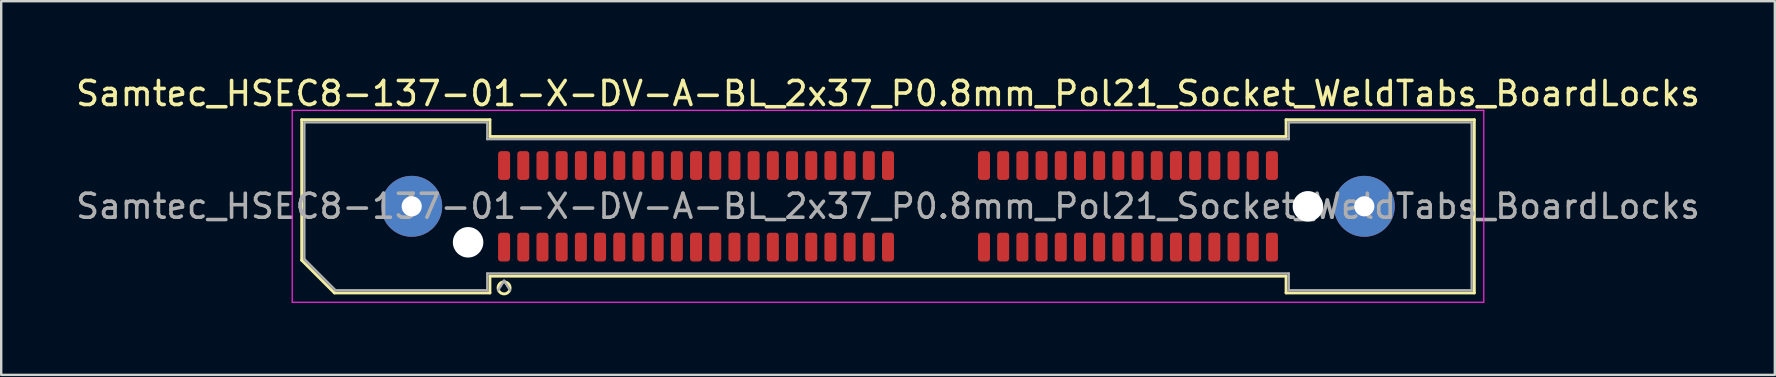
<source format=kicad_pcb>
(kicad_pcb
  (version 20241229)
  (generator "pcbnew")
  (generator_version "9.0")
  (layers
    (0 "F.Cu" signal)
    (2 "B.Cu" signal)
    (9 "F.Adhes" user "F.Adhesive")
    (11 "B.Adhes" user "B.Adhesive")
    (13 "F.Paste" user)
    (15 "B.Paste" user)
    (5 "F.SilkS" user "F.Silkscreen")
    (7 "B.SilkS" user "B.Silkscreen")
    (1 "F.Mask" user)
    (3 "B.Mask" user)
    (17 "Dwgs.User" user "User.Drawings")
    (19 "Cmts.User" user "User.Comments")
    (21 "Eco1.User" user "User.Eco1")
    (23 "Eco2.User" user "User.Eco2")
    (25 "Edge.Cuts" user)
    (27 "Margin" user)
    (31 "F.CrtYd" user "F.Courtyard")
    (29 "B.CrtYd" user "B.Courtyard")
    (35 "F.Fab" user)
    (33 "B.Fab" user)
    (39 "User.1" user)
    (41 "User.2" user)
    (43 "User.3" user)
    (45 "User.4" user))
  (footprint "Samtec_HSEC8-137-01-X-DV-A-BL_2x37_P0.8mm_Pol21_Socket_WeldTabs_BoardLocks"
    (layer "F.Cu")
    (at 33.958 5.548)
    (property "Reference" "Samtec_HSEC8-137-01-X-DV-A-BL_2x37_P0.8mm_Pol21_Socket_WeldTabs_BoardLocks" (at 0 -4.7 0) (layer "F.SilkS") (effects (font (size 1 1) (thickness 0.15))))
    (attr smd)
    (fp_line (start -24.435 -3.61) (end -16.59 -3.61) (stroke (width 0.12) (type solid)) (layer "F.SilkS"))
    (fp_line (start -24.435 2.246) (end -24.435 -3.61) (stroke (width 0.12) (type solid)) (layer "F.SilkS"))
    (fp_line (start -23.071 3.61) (end -24.435 2.246) (stroke (width 0.12) (type solid)) (layer "F.SilkS"))
    (fp_line (start -16.59 -3.61) (end -16.59 -2.91) (stroke (width 0.12) (type solid)) (layer "F.SilkS"))
    (fp_line (start -16.59 -2.91) (end 16.59 -2.91) (stroke (width 0.12) (type solid)) (layer "F.SilkS"))
    (fp_line (start -16.59 2.91) (end -16.59 3.61) (stroke (width 0.12) (type solid)) (layer "F.SilkS"))
    (fp_line (start -16.59 3.61) (end -23.071 3.61) (stroke (width 0.12) (type solid)) (layer "F.SilkS"))
    (fp_line (start 16.59 -3.61) (end 24.435 -3.61) (stroke (width 0.12) (type solid)) (layer "F.SilkS"))
    (fp_line (start 16.59 -2.91) (end 16.59 -3.61) (stroke (width 0.12) (type solid)) (layer "F.SilkS"))
    (fp_line (start 16.59 2.91) (end -16.59 2.91) (stroke (width 0.12) (type solid)) (layer "F.SilkS"))
    (fp_line (start 16.59 3.61) (end 16.59 2.91) (stroke (width 0.12) (type solid)) (layer "F.SilkS"))
    (fp_line (start 24.435 -3.61) (end 24.435 3.61) (stroke (width 0.12) (type solid)) (layer "F.SilkS"))
    (fp_line (start 24.435 3.61) (end 16.59 3.61) (stroke (width 0.12) (type solid)) (layer "F.SilkS"))
    (fp_circle (center -16 3.4) (end -15.75 3.4) (stroke (width 0.12) (type solid)) (fill no) (layer "F.SilkS"))
    (fp_line (start -24.83 -4) (end -24.83 4) (stroke (width 0.05) (type solid)) (layer "F.CrtYd"))
    (fp_line (start -24.83 4) (end 24.83 4) (stroke (width 0.05) (type solid)) (layer "F.CrtYd"))
    (fp_line (start 24.83 -4) (end -24.83 -4) (stroke (width 0.05) (type solid)) (layer "F.CrtYd"))
    (fp_line (start 24.83 4) (end 24.83 -4) (stroke (width 0.05) (type solid)) (layer "F.CrtYd"))
    (fp_line (start -24.325 -3.5) (end -16.7 -3.5) (stroke (width 0.1) (type solid)) (layer "F.Fab"))
    (fp_line (start -24.325 2.2) (end -24.325 -3.5) (stroke (width 0.1) (type solid)) (layer "F.Fab"))
    (fp_line (start -23.025 3.5) (end -24.325 2.2) (stroke (width 0.1) (type solid)) (layer "F.Fab"))
    (fp_line (start -16.7 -3.5) (end -16.7 -2.8) (stroke (width 0.1) (type solid)) (layer "F.Fab"))
    (fp_line (start -16.7 -2.8) (end 16.7 -2.8) (stroke (width 0.1) (type solid)) (layer "F.Fab"))
    (fp_line (start -16.7 2.8) (end -16.7 3.5) (stroke (width 0.1) (type solid)) (layer "F.Fab"))
    (fp_line (start -16.7 3.5) (end -23.025 3.5) (stroke (width 0.1) (type solid)) (layer "F.Fab"))
    (fp_line (start -16 3.1) (end -16.25 3.5) (stroke (width 0.1) (type solid)) (layer "F.Fab"))
    (fp_line (start -16 3.1) (end -15.75 3.5) (stroke (width 0.1) (type solid)) (layer "F.Fab"))
    (fp_line (start 16.7 -3.5) (end 24.325 -3.5) (stroke (width 0.1) (type solid)) (layer "F.Fab"))
    (fp_line (start 16.7 -2.8) (end 16.7 -3.5) (stroke (width 0.1) (type solid)) (layer "F.Fab"))
    (fp_line (start 16.7 2.8) (end -16.7 2.8) (stroke (width 0.1) (type solid)) (layer "F.Fab"))
    (fp_line (start 16.7 3.5) (end 16.7 2.8) (stroke (width 0.1) (type solid)) (layer "F.Fab"))
    (fp_line (start 24.325 -3.5) (end 24.325 3.5) (stroke (width 0.1) (type solid)) (layer "F.Fab"))
    (fp_line (start 24.325 3.5) (end 16.7 3.5) (stroke (width 0.1) (type solid)) (layer "F.Fab"))
    (fp_text user "${REFERENCE}" (at 0 0 0) (layer "F.Fab") (effects (font (size 1 1) (thickness 0.15))))
    (pad "" thru_hole circle (at -19.85 0) (size 2.54 2.54) (drill 0.84) (layers "*.Cu" "*.Mask" "F.Paste"))
    (pad "" np_thru_hole circle (at -17.5 1.5) (size 1.27 1.27) (drill 1.27) (layers "*.Cu" "*.Mask"))
    (pad "" np_thru_hole circle (at 17.5 0) (size 1.27 1.27) (drill 1.27) (layers "*.Cu" "*.Mask"))
    (pad "" thru_hole circle (at 19.85 0) (size 2.54 2.54) (drill 0.84) (layers "*.Cu" "*.Mask" "F.Paste"))
    (pad "1" smd roundrect (at -16 1.7) (size 0.5 1.2) (layers "F.Cu" "F.Mask" "F.Paste") (roundrect_rratio 0.25))
    (pad "2" smd roundrect (at -16 -1.7) (size 0.5 1.2) (layers "F.Cu" "F.Mask" "F.Paste") (roundrect_rratio 0.25))
    (pad "3" smd roundrect (at -15.2 1.7) (size 0.5 1.2) (layers "F.Cu" "F.Mask" "F.Paste") (roundrect_rratio 0.25))
    (pad "4" smd roundrect (at -15.2 -1.7) (size 0.5 1.2) (layers "F.Cu" "F.Mask" "F.Paste") (roundrect_rratio 0.25))
    (pad "5" smd roundrect (at -14.4 1.7) (size 0.5 1.2) (layers "F.Cu" "F.Mask" "F.Paste") (roundrect_rratio 0.25))
    (pad "6" smd roundrect (at -14.4 -1.7) (size 0.5 1.2) (layers "F.Cu" "F.Mask" "F.Paste") (roundrect_rratio 0.25))
    (pad "7" smd roundrect (at -13.6 1.7) (size 0.5 1.2) (layers "F.Cu" "F.Mask" "F.Paste") (roundrect_rratio 0.25))
    (pad "8" smd roundrect (at -13.6 -1.7) (size 0.5 1.2) (layers "F.Cu" "F.Mask" "F.Paste") (roundrect_rratio 0.25))
    (pad "9" smd roundrect (at -12.8 1.7) (size 0.5 1.2) (layers "F.Cu" "F.Mask" "F.Paste") (roundrect_rratio 0.25))
    (pad "10" smd roundrect (at -12.8 -1.7) (size 0.5 1.2) (layers "F.Cu" "F.Mask" "F.Paste") (roundrect_rratio 0.25))
    (pad "11" smd roundrect (at -12 1.7) (size 0.5 1.2) (layers "F.Cu" "F.Mask" "F.Paste") (roundrect_rratio 0.25))
    (pad "12" smd roundrect (at -12 -1.7) (size 0.5 1.2) (layers "F.Cu" "F.Mask" "F.Paste") (roundrect_rratio 0.25))
    (pad "13" smd roundrect (at -11.2 1.7) (size 0.5 1.2) (layers "F.Cu" "F.Mask" "F.Paste") (roundrect_rratio 0.25))
    (pad "14" smd roundrect (at -11.2 -1.7) (size 0.5 1.2) (layers "F.Cu" "F.Mask" "F.Paste") (roundrect_rratio 0.25))
    (pad "15" smd roundrect (at -10.4 1.7) (size 0.5 1.2) (layers "F.Cu" "F.Mask" "F.Paste") (roundrect_rratio 0.25))
    (pad "16" smd roundrect (at -10.4 -1.7) (size 0.5 1.2) (layers "F.Cu" "F.Mask" "F.Paste") (roundrect_rratio 0.25))
    (pad "17" smd roundrect (at -9.6 1.7) (size 0.5 1.2) (layers "F.Cu" "F.Mask" "F.Paste") (roundrect_rratio 0.25))
    (pad "18" smd roundrect (at -9.6 -1.7) (size 0.5 1.2) (layers "F.Cu" "F.Mask" "F.Paste") (roundrect_rratio 0.25))
    (pad "19" smd roundrect (at -8.8 1.7) (size 0.5 1.2) (layers "F.Cu" "F.Mask" "F.Paste") (roundrect_rratio 0.25))
    (pad "20" smd roundrect (at -8.8 -1.7) (size 0.5 1.2) (layers "F.Cu" "F.Mask" "F.Paste") (roundrect_rratio 0.25))
    (pad "21" smd roundrect (at -8 1.7) (size 0.5 1.2) (layers "F.Cu" "F.Mask" "F.Paste") (roundrect_rratio 0.25))
    (pad "22" smd roundrect (at -8 -1.7) (size 0.5 1.2) (layers "F.Cu" "F.Mask" "F.Paste") (roundrect_rratio 0.25))
    (pad "23" smd roundrect (at -7.2 1.7) (size 0.5 1.2) (layers "F.Cu" "F.Mask" "F.Paste") (roundrect_rratio 0.25))
    (pad "24" smd roundrect (at -7.2 -1.7) (size 0.5 1.2) (layers "F.Cu" "F.Mask" "F.Paste") (roundrect_rratio 0.25))
    (pad "25" smd roundrect (at -6.4 1.7) (size 0.5 1.2) (layers "F.Cu" "F.Mask" "F.Paste") (roundrect_rratio 0.25))
    (pad "26" smd roundrect (at -6.4 -1.7) (size 0.5 1.2) (layers "F.Cu" "F.Mask" "F.Paste") (roundrect_rratio 0.25))
    (pad "27" smd roundrect (at -5.6 1.7) (size 0.5 1.2) (layers "F.Cu" "F.Mask" "F.Paste") (roundrect_rratio 0.25))
    (pad "28" smd roundrect (at -5.6 -1.7) (size 0.5 1.2) (layers "F.Cu" "F.Mask" "F.Paste") (roundrect_rratio 0.25))
    (pad "29" smd roundrect (at -4.8 1.7) (size 0.5 1.2) (layers "F.Cu" "F.Mask" "F.Paste") (roundrect_rratio 0.25))
    (pad "30" smd roundrect (at -4.8 -1.7) (size 0.5 1.2) (layers "F.Cu" "F.Mask" "F.Paste") (roundrect_rratio 0.25))
    (pad "31" smd roundrect (at -4 1.7) (size 0.5 1.2) (layers "F.Cu" "F.Mask" "F.Paste") (roundrect_rratio 0.25))
    (pad "32" smd roundrect (at -4 -1.7) (size 0.5 1.2) (layers "F.Cu" "F.Mask" "F.Paste") (roundrect_rratio 0.25))
    (pad "33" smd roundrect (at -3.2 1.7) (size 0.5 1.2) (layers "F.Cu" "F.Mask" "F.Paste") (roundrect_rratio 0.25))
    (pad "34" smd roundrect (at -3.2 -1.7) (size 0.5 1.2) (layers "F.Cu" "F.Mask" "F.Paste") (roundrect_rratio 0.25))
    (pad "35" smd roundrect (at -2.4 1.7) (size 0.5 1.2) (layers "F.Cu" "F.Mask" "F.Paste") (roundrect_rratio 0.25))
    (pad "36" smd roundrect (at -2.4 -1.7) (size 0.5 1.2) (layers "F.Cu" "F.Mask" "F.Paste") (roundrect_rratio 0.25))
    (pad "37" smd roundrect (at -1.6 1.7) (size 0.5 1.2) (layers "F.Cu" "F.Mask" "F.Paste") (roundrect_rratio 0.25))
    (pad "38" smd roundrect (at -1.6 -1.7) (size 0.5 1.2) (layers "F.Cu" "F.Mask" "F.Paste") (roundrect_rratio 0.25))
    (pad "39" smd roundrect (at -0.8 1.7) (size 0.5 1.2) (layers "F.Cu" "F.Mask" "F.Paste") (roundrect_rratio 0.25))
    (pad "40" smd roundrect (at -0.8 -1.7) (size 0.5 1.2) (layers "F.Cu" "F.Mask" "F.Paste") (roundrect_rratio 0.25))
    (pad "41" smd roundrect (at 0 1.7) (size 0.5 1.2) (layers "F.Cu" "F.Mask" "F.Paste") (roundrect_rratio 0.25))
    (pad "42" smd roundrect (at 0 -1.7) (size 0.5 1.2) (layers "F.Cu" "F.Mask" "F.Paste") (roundrect_rratio 0.25))
    (pad "43" smd roundrect (at 4 1.7) (size 0.5 1.2) (layers "F.Cu" "F.Mask" "F.Paste") (roundrect_rratio 0.25))
    (pad "44" smd roundrect (at 4 -1.7) (size 0.5 1.2) (layers "F.Cu" "F.Mask" "F.Paste") (roundrect_rratio 0.25))
    (pad "45" smd roundrect (at 4.8 1.7) (size 0.5 1.2) (layers "F.Cu" "F.Mask" "F.Paste") (roundrect_rratio 0.25))
    (pad "46" smd roundrect (at 4.8 -1.7) (size 0.5 1.2) (layers "F.Cu" "F.Mask" "F.Paste") (roundrect_rratio 0.25))
    (pad "47" smd roundrect (at 5.6 1.7) (size 0.5 1.2) (layers "F.Cu" "F.Mask" "F.Paste") (roundrect_rratio 0.25))
    (pad "48" smd roundrect (at 5.6 -1.7) (size 0.5 1.2) (layers "F.Cu" "F.Mask" "F.Paste") (roundrect_rratio 0.25))
    (pad "49" smd roundrect (at 6.4 1.7) (size 0.5 1.2) (layers "F.Cu" "F.Mask" "F.Paste") (roundrect_rratio 0.25))
    (pad "50" smd roundrect (at 6.4 -1.7) (size 0.5 1.2) (layers "F.Cu" "F.Mask" "F.Paste") (roundrect_rratio 0.25))
    (pad "51" smd roundrect (at 7.2 1.7) (size 0.5 1.2) (layers "F.Cu" "F.Mask" "F.Paste") (roundrect_rratio 0.25))
    (pad "52" smd roundrect (at 7.2 -1.7) (size 0.5 1.2) (layers "F.Cu" "F.Mask" "F.Paste") (roundrect_rratio 0.25))
    (pad "53" smd roundrect (at 8 1.7) (size 0.5 1.2) (layers "F.Cu" "F.Mask" "F.Paste") (roundrect_rratio 0.25))
    (pad "54" smd roundrect (at 8 -1.7) (size 0.5 1.2) (layers "F.Cu" "F.Mask" "F.Paste") (roundrect_rratio 0.25))
    (pad "55" smd roundrect (at 8.8 1.7) (size 0.5 1.2) (layers "F.Cu" "F.Mask" "F.Paste") (roundrect_rratio 0.25))
    (pad "56" smd roundrect (at 8.8 -1.7) (size 0.5 1.2) (layers "F.Cu" "F.Mask" "F.Paste") (roundrect_rratio 0.25))
    (pad "57" smd roundrect (at 9.6 1.7) (size 0.5 1.2) (layers "F.Cu" "F.Mask" "F.Paste") (roundrect_rratio 0.25))
    (pad "58" smd roundrect (at 9.6 -1.7) (size 0.5 1.2) (layers "F.Cu" "F.Mask" "F.Paste") (roundrect_rratio 0.25))
    (pad "59" smd roundrect (at 10.4 1.7) (size 0.5 1.2) (layers "F.Cu" "F.Mask" "F.Paste") (roundrect_rratio 0.25))
    (pad "60" smd roundrect (at 10.4 -1.7) (size 0.5 1.2) (layers "F.Cu" "F.Mask" "F.Paste") (roundrect_rratio 0.25))
    (pad "61" smd roundrect (at 11.2 1.7) (size 0.5 1.2) (layers "F.Cu" "F.Mask" "F.Paste") (roundrect_rratio 0.25))
    (pad "62" smd roundrect (at 11.2 -1.7) (size 0.5 1.2) (layers "F.Cu" "F.Mask" "F.Paste") (roundrect_rratio 0.25))
    (pad "63" smd roundrect (at 12 1.7) (size 0.5 1.2) (layers "F.Cu" "F.Mask" "F.Paste") (roundrect_rratio 0.25))
    (pad "64" smd roundrect (at 12 -1.7) (size 0.5 1.2) (layers "F.Cu" "F.Mask" "F.Paste") (roundrect_rratio 0.25))
    (pad "65" smd roundrect (at 12.8 1.7) (size 0.5 1.2) (layers "F.Cu" "F.Mask" "F.Paste") (roundrect_rratio 0.25))
    (pad "66" smd roundrect (at 12.8 -1.7) (size 0.5 1.2) (layers "F.Cu" "F.Mask" "F.Paste") (roundrect_rratio 0.25))
    (pad "67" smd roundrect (at 13.6 1.7) (size 0.5 1.2) (layers "F.Cu" "F.Mask" "F.Paste") (roundrect_rratio 0.25))
    (pad "68" smd roundrect (at 13.6 -1.7) (size 0.5 1.2) (layers "F.Cu" "F.Mask" "F.Paste") (roundrect_rratio 0.25))
    (pad "69" smd roundrect (at 14.4 1.7) (size 0.5 1.2) (layers "F.Cu" "F.Mask" "F.Paste") (roundrect_rratio 0.25))
    (pad "70" smd roundrect (at 14.4 -1.7) (size 0.5 1.2) (layers "F.Cu" "F.Mask" "F.Paste") (roundrect_rratio 0.25))
    (pad "71" smd roundrect (at 15.2 1.7) (size 0.5 1.2) (layers "F.Cu" "F.Mask" "F.Paste") (roundrect_rratio 0.25))
    (pad "72" smd roundrect (at 15.2 -1.7) (size 0.5 1.2) (layers "F.Cu" "F.Mask" "F.Paste") (roundrect_rratio 0.25))
    (pad "73" smd roundrect (at 16 1.7) (size 0.5 1.2) (layers "F.Cu" "F.Mask" "F.Paste") (roundrect_rratio 0.25))
    (pad "74" smd roundrect (at 16 -1.7) (size 0.5 1.2) (layers "F.Cu" "F.Mask" "F.Paste") (roundrect_rratio 0.25)))
  (gr_rect
    (start -3 -3)
    (end 70.917 12.573)
    (stroke (width 0.1) (type default))
    (fill no)
    (layer "Edge.Cuts")))
</source>
